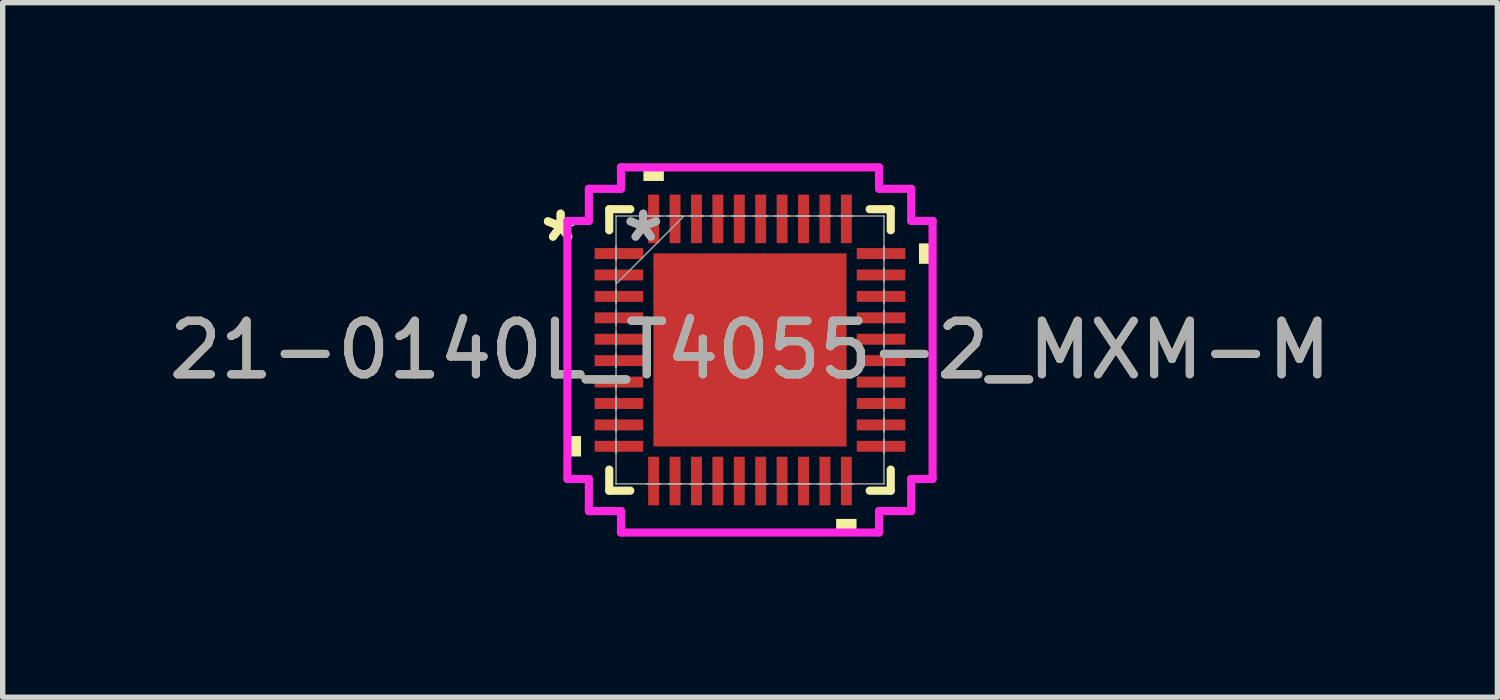
<source format=kicad_pcb>
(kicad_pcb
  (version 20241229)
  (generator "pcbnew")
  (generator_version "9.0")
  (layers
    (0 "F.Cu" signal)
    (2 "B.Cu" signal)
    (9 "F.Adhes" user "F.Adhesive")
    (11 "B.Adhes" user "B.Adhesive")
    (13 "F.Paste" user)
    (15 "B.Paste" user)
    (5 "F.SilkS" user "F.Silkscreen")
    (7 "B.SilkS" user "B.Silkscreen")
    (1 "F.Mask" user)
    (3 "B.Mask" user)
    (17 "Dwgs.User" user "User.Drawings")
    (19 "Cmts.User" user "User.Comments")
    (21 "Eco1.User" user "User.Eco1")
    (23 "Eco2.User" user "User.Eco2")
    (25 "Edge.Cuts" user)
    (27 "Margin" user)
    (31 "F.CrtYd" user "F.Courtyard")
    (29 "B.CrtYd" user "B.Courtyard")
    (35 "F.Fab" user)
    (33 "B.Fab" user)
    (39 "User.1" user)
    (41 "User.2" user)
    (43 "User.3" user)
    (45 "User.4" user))
  (footprint "21-0140L_T4055-2_MXM-M"
    (layer "F.Cu")
    (at 10.958 3.486)
    (property "Reference" "21-0140L_T4055-2_MXM-M" (at 0 0 0) (unlocked yes) (layer "F.SilkS") (effects (font (size 1 1) (thickness 0.15))))
    (attr smd)
    (fp_line (start -2.629 -2.629) (end -2.629 -2.235) (stroke (width 0.152) (type solid)) (layer "F.SilkS"))
    (fp_line (start -2.629 2.235) (end -2.629 2.629) (stroke (width 0.152) (type solid)) (layer "F.SilkS"))
    (fp_line (start -2.629 2.629) (end -2.235 2.629) (stroke (width 0.152) (type solid)) (layer "F.SilkS"))
    (fp_line (start -2.235 -2.629) (end -2.629 -2.629) (stroke (width 0.152) (type solid)) (layer "F.SilkS"))
    (fp_line (start 2.235 2.629) (end 2.629 2.629) (stroke (width 0.152) (type solid)) (layer "F.SilkS"))
    (fp_line (start 2.629 -2.629) (end 2.235 -2.629) (stroke (width 0.152) (type solid)) (layer "F.SilkS"))
    (fp_line (start 2.629 -2.235) (end 2.629 -2.629) (stroke (width 0.152) (type solid)) (layer "F.SilkS"))
    (fp_line (start 2.629 2.629) (end 2.629 2.235) (stroke (width 0.152) (type solid)) (layer "F.SilkS"))
    (fp_poly (pts (xy -3.41 1.609) (xy -3.41 1.99) (xy -3.156 1.99) (xy -3.156 1.609)) (stroke (width 0) (type solid)) (fill yes) (layer "F.SilkS"))
    (fp_poly (pts (xy -1.99 -3.156) (xy -1.99 -3.41) (xy -1.609 -3.41) (xy -1.609 -3.156)) (stroke (width 0) (type solid)) (fill yes) (layer "F.SilkS"))
    (fp_poly (pts (xy 1.609 3.156) (xy 1.609 3.41) (xy 1.99 3.41) (xy 1.99 3.156)) (stroke (width 0) (type solid)) (fill yes) (layer "F.SilkS"))
    (fp_poly (pts (xy 3.41 -1.99) (xy 3.41 -1.609) (xy 3.156 -1.609) (xy 3.156 -1.99)) (stroke (width 0) (type solid)) (fill yes) (layer "F.SilkS"))
    (fp_poly (pts (xy -1.703 -1.703) (xy -1.703 -0.1) (xy -0.1 -0.1) (xy -0.1 -1.703)) (stroke (width 0) (type solid)) (fill yes) (layer "F.Paste"))
    (fp_poly (pts (xy -1.703 0.1) (xy -1.703 1.703) (xy -0.1 1.703) (xy -0.1 0.1)) (stroke (width 0) (type solid)) (fill yes) (layer "F.Paste"))
    (fp_poly (pts (xy 0.1 -1.703) (xy 0.1 -0.1) (xy 1.703 -0.1) (xy 1.703 -1.703)) (stroke (width 0) (type solid)) (fill yes) (layer "F.Paste"))
    (fp_poly (pts (xy 0.1 0.1) (xy 0.1 1.703) (xy 1.703 1.703) (xy 1.703 0.1)) (stroke (width 0) (type solid)) (fill yes) (layer "F.Paste"))
    (fp_line (start -3.41 -2.41) (end -3.01 -2.41) (stroke (width 0.152) (type solid)) (layer "F.CrtYd"))
    (fp_line (start -3.41 2.41) (end -3.41 -2.41) (stroke (width 0.152) (type solid)) (layer "F.CrtYd"))
    (fp_line (start -3.01 -3.01) (end -2.41 -3.01) (stroke (width 0.152) (type solid)) (layer "F.CrtYd"))
    (fp_line (start -3.01 -2.41) (end -3.01 -3.01) (stroke (width 0.152) (type solid)) (layer "F.CrtYd"))
    (fp_line (start -3.01 2.41) (end -3.41 2.41) (stroke (width 0.152) (type solid)) (layer "F.CrtYd"))
    (fp_line (start -3.01 3.01) (end -3.01 2.41) (stroke (width 0.152) (type solid)) (layer "F.CrtYd"))
    (fp_line (start -2.41 -3.41) (end 2.41 -3.41) (stroke (width 0.152) (type solid)) (layer "F.CrtYd"))
    (fp_line (start -2.41 -3.01) (end -2.41 -3.41) (stroke (width 0.152) (type solid)) (layer "F.CrtYd"))
    (fp_line (start -2.41 3.01) (end -3.01 3.01) (stroke (width 0.152) (type solid)) (layer "F.CrtYd"))
    (fp_line (start -2.41 3.41) (end -2.41 3.01) (stroke (width 0.152) (type solid)) (layer "F.CrtYd"))
    (fp_line (start 2.41 -3.41) (end 2.41 -3.01) (stroke (width 0.152) (type solid)) (layer "F.CrtYd"))
    (fp_line (start 2.41 -3.01) (end 3.01 -3.01) (stroke (width 0.152) (type solid)) (layer "F.CrtYd"))
    (fp_line (start 2.41 3.01) (end 2.41 3.41) (stroke (width 0.152) (type solid)) (layer "F.CrtYd"))
    (fp_line (start 2.41 3.41) (end -2.41 3.41) (stroke (width 0.152) (type solid)) (layer "F.CrtYd"))
    (fp_line (start 3.01 -3.01) (end 3.01 -2.41) (stroke (width 0.152) (type solid)) (layer "F.CrtYd"))
    (fp_line (start 3.01 -2.41) (end 3.41 -2.41) (stroke (width 0.152) (type solid)) (layer "F.CrtYd"))
    (fp_line (start 3.01 2.41) (end 3.01 3.01) (stroke (width 0.152) (type solid)) (layer "F.CrtYd"))
    (fp_line (start 3.01 3.01) (end 2.41 3.01) (stroke (width 0.152) (type solid)) (layer "F.CrtYd"))
    (fp_line (start 3.41 -2.41) (end 3.41 2.41) (stroke (width 0.152) (type solid)) (layer "F.CrtYd"))
    (fp_line (start 3.41 2.41) (end 3.01 2.41) (stroke (width 0.152) (type solid)) (layer "F.CrtYd"))
    (fp_line (start -2.502 -2.502) (end -2.502 -2.502) (stroke (width 0.025) (type solid)) (layer "F.Fab"))
    (fp_line (start -2.502 -2.502) (end -2.502 2.502) (stroke (width 0.025) (type solid)) (layer "F.Fab"))
    (fp_line (start -2.502 -1.927) (end -2.502 -1.927) (stroke (width 0.025) (type solid)) (layer "F.Fab"))
    (fp_line (start -2.502 -1.927) (end -2.502 -1.673) (stroke (width 0.025) (type solid)) (layer "F.Fab"))
    (fp_line (start -2.502 -1.673) (end -2.502 -1.927) (stroke (width 0.025) (type solid)) (layer "F.Fab"))
    (fp_line (start -2.502 -1.673) (end -2.502 -1.673) (stroke (width 0.025) (type solid)) (layer "F.Fab"))
    (fp_line (start -2.502 -1.527) (end -2.502 -1.527) (stroke (width 0.025) (type solid)) (layer "F.Fab"))
    (fp_line (start -2.502 -1.527) (end -2.502 -1.273) (stroke (width 0.025) (type solid)) (layer "F.Fab"))
    (fp_line (start -2.502 -1.273) (end -2.502 -1.527) (stroke (width 0.025) (type solid)) (layer "F.Fab"))
    (fp_line (start -2.502 -1.273) (end -2.502 -1.273) (stroke (width 0.025) (type solid)) (layer "F.Fab"))
    (fp_line (start -2.502 -1.232) (end -1.232 -2.502) (stroke (width 0.025) (type solid)) (layer "F.Fab"))
    (fp_line (start -2.502 -1.127) (end -2.502 -1.127) (stroke (width 0.025) (type solid)) (layer "F.Fab"))
    (fp_line (start -2.502 -1.127) (end -2.502 -0.873) (stroke (width 0.025) (type solid)) (layer "F.Fab"))
    (fp_line (start -2.502 -0.873) (end -2.502 -1.127) (stroke (width 0.025) (type solid)) (layer "F.Fab"))
    (fp_line (start -2.502 -0.873) (end -2.502 -0.873) (stroke (width 0.025) (type solid)) (layer "F.Fab"))
    (fp_line (start -2.502 -0.727) (end -2.502 -0.727) (stroke (width 0.025) (type solid)) (layer "F.Fab"))
    (fp_line (start -2.502 -0.727) (end -2.502 -0.473) (stroke (width 0.025) (type solid)) (layer "F.Fab"))
    (fp_line (start -2.502 -0.473) (end -2.502 -0.727) (stroke (width 0.025) (type solid)) (layer "F.Fab"))
    (fp_line (start -2.502 -0.473) (end -2.502 -0.473) (stroke (width 0.025) (type solid)) (layer "F.Fab"))
    (fp_line (start -2.502 -0.327) (end -2.502 -0.327) (stroke (width 0.025) (type solid)) (layer "F.Fab"))
    (fp_line (start -2.502 -0.327) (end -2.502 -0.073) (stroke (width 0.025) (type solid)) (layer "F.Fab"))
    (fp_line (start -2.502 -0.073) (end -2.502 -0.327) (stroke (width 0.025) (type solid)) (layer "F.Fab"))
    (fp_line (start -2.502 -0.073) (end -2.502 -0.073) (stroke (width 0.025) (type solid)) (layer "F.Fab"))
    (fp_line (start -2.502 0.073) (end -2.502 0.073) (stroke (width 0.025) (type solid)) (layer "F.Fab"))
    (fp_line (start -2.502 0.073) (end -2.502 0.327) (stroke (width 0.025) (type solid)) (layer "F.Fab"))
    (fp_line (start -2.502 0.327) (end -2.502 0.073) (stroke (width 0.025) (type solid)) (layer "F.Fab"))
    (fp_line (start -2.502 0.327) (end -2.502 0.327) (stroke (width 0.025) (type solid)) (layer "F.Fab"))
    (fp_line (start -2.502 0.473) (end -2.502 0.473) (stroke (width 0.025) (type solid)) (layer "F.Fab"))
    (fp_line (start -2.502 0.473) (end -2.502 0.727) (stroke (width 0.025) (type solid)) (layer "F.Fab"))
    (fp_line (start -2.502 0.727) (end -2.502 0.473) (stroke (width 0.025) (type solid)) (layer "F.Fab"))
    (fp_line (start -2.502 0.727) (end -2.502 0.727) (stroke (width 0.025) (type solid)) (layer "F.Fab"))
    (fp_line (start -2.502 0.873) (end -2.502 0.873) (stroke (width 0.025) (type solid)) (layer "F.Fab"))
    (fp_line (start -2.502 0.873) (end -2.502 1.127) (stroke (width 0.025) (type solid)) (layer "F.Fab"))
    (fp_line (start -2.502 1.127) (end -2.502 0.873) (stroke (width 0.025) (type solid)) (layer "F.Fab"))
    (fp_line (start -2.502 1.127) (end -2.502 1.127) (stroke (width 0.025) (type solid)) (layer "F.Fab"))
    (fp_line (start -2.502 1.273) (end -2.502 1.273) (stroke (width 0.025) (type solid)) (layer "F.Fab"))
    (fp_line (start -2.502 1.273) (end -2.502 1.527) (stroke (width 0.025) (type solid)) (layer "F.Fab"))
    (fp_line (start -2.502 1.527) (end -2.502 1.273) (stroke (width 0.025) (type solid)) (layer "F.Fab"))
    (fp_line (start -2.502 1.527) (end -2.502 1.527) (stroke (width 0.025) (type solid)) (layer "F.Fab"))
    (fp_line (start -2.502 1.673) (end -2.502 1.673) (stroke (width 0.025) (type solid)) (layer "F.Fab"))
    (fp_line (start -2.502 1.673) (end -2.502 1.927) (stroke (width 0.025) (type solid)) (layer "F.Fab"))
    (fp_line (start -2.502 1.927) (end -2.502 1.673) (stroke (width 0.025) (type solid)) (layer "F.Fab"))
    (fp_line (start -2.502 1.927) (end -2.502 1.927) (stroke (width 0.025) (type solid)) (layer "F.Fab"))
    (fp_line (start -2.502 2.502) (end -2.502 2.502) (stroke (width 0.025) (type solid)) (layer "F.Fab"))
    (fp_line (start -2.502 2.502) (end 2.502 2.502) (stroke (width 0.025) (type solid)) (layer "F.Fab"))
    (fp_line (start -1.927 -2.502) (end -1.927 -2.502) (stroke (width 0.025) (type solid)) (layer "F.Fab"))
    (fp_line (start -1.927 -2.502) (end -1.673 -2.502) (stroke (width 0.025) (type solid)) (layer "F.Fab"))
    (fp_line (start -1.927 2.502) (end -1.927 2.502) (stroke (width 0.025) (type solid)) (layer "F.Fab"))
    (fp_line (start -1.927 2.502) (end -1.673 2.502) (stroke (width 0.025) (type solid)) (layer "F.Fab"))
    (fp_line (start -1.673 -2.502) (end -1.927 -2.502) (stroke (width 0.025) (type solid)) (layer "F.Fab"))
    (fp_line (start -1.673 -2.502) (end -1.673 -2.502) (stroke (width 0.025) (type solid)) (layer "F.Fab"))
    (fp_line (start -1.673 2.502) (end -1.927 2.502) (stroke (width 0.025) (type solid)) (layer "F.Fab"))
    (fp_line (start -1.673 2.502) (end -1.673 2.502) (stroke (width 0.025) (type solid)) (layer "F.Fab"))
    (fp_line (start -1.527 -2.502) (end -1.527 -2.502) (stroke (width 0.025) (type solid)) (layer "F.Fab"))
    (fp_line (start -1.527 -2.502) (end -1.273 -2.502) (stroke (width 0.025) (type solid)) (layer "F.Fab"))
    (fp_line (start -1.527 2.502) (end -1.527 2.502) (stroke (width 0.025) (type solid)) (layer "F.Fab"))
    (fp_line (start -1.527 2.502) (end -1.273 2.502) (stroke (width 0.025) (type solid)) (layer "F.Fab"))
    (fp_line (start -1.273 -2.502) (end -1.527 -2.502) (stroke (width 0.025) (type solid)) (layer "F.Fab"))
    (fp_line (start -1.273 -2.502) (end -1.273 -2.502) (stroke (width 0.025) (type solid)) (layer "F.Fab"))
    (fp_line (start -1.273 2.502) (end -1.527 2.502) (stroke (width 0.025) (type solid)) (layer "F.Fab"))
    (fp_line (start -1.273 2.502) (end -1.273 2.502) (stroke (width 0.025) (type solid)) (layer "F.Fab"))
    (fp_line (start -1.127 -2.502) (end -1.127 -2.502) (stroke (width 0.025) (type solid)) (layer "F.Fab"))
    (fp_line (start -1.127 -2.502) (end -0.873 -2.502) (stroke (width 0.025) (type solid)) (layer "F.Fab"))
    (fp_line (start -1.127 2.502) (end -1.127 2.502) (stroke (width 0.025) (type solid)) (layer "F.Fab"))
    (fp_line (start -1.127 2.502) (end -0.873 2.502) (stroke (width 0.025) (type solid)) (layer "F.Fab"))
    (fp_line (start -0.873 -2.502) (end -1.127 -2.502) (stroke (width 0.025) (type solid)) (layer "F.Fab"))
    (fp_line (start -0.873 -2.502) (end -0.873 -2.502) (stroke (width 0.025) (type solid)) (layer "F.Fab"))
    (fp_line (start -0.873 2.502) (end -1.127 2.502) (stroke (width 0.025) (type solid)) (layer "F.Fab"))
    (fp_line (start -0.873 2.502) (end -0.873 2.502) (stroke (width 0.025) (type solid)) (layer "F.Fab"))
    (fp_line (start -0.727 -2.502) (end -0.727 -2.502) (stroke (width 0.025) (type solid)) (layer "F.Fab"))
    (fp_line (start -0.727 -2.502) (end -0.473 -2.502) (stroke (width 0.025) (type solid)) (layer "F.Fab"))
    (fp_line (start -0.727 2.502) (end -0.727 2.502) (stroke (width 0.025) (type solid)) (layer "F.Fab"))
    (fp_line (start -0.727 2.502) (end -0.473 2.502) (stroke (width 0.025) (type solid)) (layer "F.Fab"))
    (fp_line (start -0.473 -2.502) (end -0.727 -2.502) (stroke (width 0.025) (type solid)) (layer "F.Fab"))
    (fp_line (start -0.473 -2.502) (end -0.473 -2.502) (stroke (width 0.025) (type solid)) (layer "F.Fab"))
    (fp_line (start -0.473 2.502) (end -0.727 2.502) (stroke (width 0.025) (type solid)) (layer "F.Fab"))
    (fp_line (start -0.473 2.502) (end -0.473 2.502) (stroke (width 0.025) (type solid)) (layer "F.Fab"))
    (fp_line (start -0.327 -2.502) (end -0.327 -2.502) (stroke (width 0.025) (type solid)) (layer "F.Fab"))
    (fp_line (start -0.327 -2.502) (end -0.073 -2.502) (stroke (width 0.025) (type solid)) (layer "F.Fab"))
    (fp_line (start -0.327 2.502) (end -0.327 2.502) (stroke (width 0.025) (type solid)) (layer "F.Fab"))
    (fp_line (start -0.327 2.502) (end -0.073 2.502) (stroke (width 0.025) (type solid)) (layer "F.Fab"))
    (fp_line (start -0.073 -2.502) (end -0.327 -2.502) (stroke (width 0.025) (type solid)) (layer "F.Fab"))
    (fp_line (start -0.073 -2.502) (end -0.073 -2.502) (stroke (width 0.025) (type solid)) (layer "F.Fab"))
    (fp_line (start -0.073 2.502) (end -0.327 2.502) (stroke (width 0.025) (type solid)) (layer "F.Fab"))
    (fp_line (start -0.073 2.502) (end -0.073 2.502) (stroke (width 0.025) (type solid)) (layer "F.Fab"))
    (fp_line (start 0.073 -2.502) (end 0.073 -2.502) (stroke (width 0.025) (type solid)) (layer "F.Fab"))
    (fp_line (start 0.073 -2.502) (end 0.327 -2.502) (stroke (width 0.025) (type solid)) (layer "F.Fab"))
    (fp_line (start 0.073 2.502) (end 0.073 2.502) (stroke (width 0.025) (type solid)) (layer "F.Fab"))
    (fp_line (start 0.073 2.502) (end 0.327 2.502) (stroke (width 0.025) (type solid)) (layer "F.Fab"))
    (fp_line (start 0.327 -2.502) (end 0.073 -2.502) (stroke (width 0.025) (type solid)) (layer "F.Fab"))
    (fp_line (start 0.327 -2.502) (end 0.327 -2.502) (stroke (width 0.025) (type solid)) (layer "F.Fab"))
    (fp_line (start 0.327 2.502) (end 0.073 2.502) (stroke (width 0.025) (type solid)) (layer "F.Fab"))
    (fp_line (start 0.327 2.502) (end 0.327 2.502) (stroke (width 0.025) (type solid)) (layer "F.Fab"))
    (fp_line (start 0.473 -2.502) (end 0.473 -2.502) (stroke (width 0.025) (type solid)) (layer "F.Fab"))
    (fp_line (start 0.473 -2.502) (end 0.727 -2.502) (stroke (width 0.025) (type solid)) (layer "F.Fab"))
    (fp_line (start 0.473 2.502) (end 0.473 2.502) (stroke (width 0.025) (type solid)) (layer "F.Fab"))
    (fp_line (start 0.473 2.502) (end 0.727 2.502) (stroke (width 0.025) (type solid)) (layer "F.Fab"))
    (fp_line (start 0.727 -2.502) (end 0.473 -2.502) (stroke (width 0.025) (type solid)) (layer "F.Fab"))
    (fp_line (start 0.727 -2.502) (end 0.727 -2.502) (stroke (width 0.025) (type solid)) (layer "F.Fab"))
    (fp_line (start 0.727 2.502) (end 0.473 2.502) (stroke (width 0.025) (type solid)) (layer "F.Fab"))
    (fp_line (start 0.727 2.502) (end 0.727 2.502) (stroke (width 0.025) (type solid)) (layer "F.Fab"))
    (fp_line (start 0.873 -2.502) (end 0.873 -2.502) (stroke (width 0.025) (type solid)) (layer "F.Fab"))
    (fp_line (start 0.873 -2.502) (end 1.127 -2.502) (stroke (width 0.025) (type solid)) (layer "F.Fab"))
    (fp_line (start 0.873 2.502) (end 0.873 2.502) (stroke (width 0.025) (type solid)) (layer "F.Fab"))
    (fp_line (start 0.873 2.502) (end 1.127 2.502) (stroke (width 0.025) (type solid)) (layer "F.Fab"))
    (fp_line (start 1.127 -2.502) (end 0.873 -2.502) (stroke (width 0.025) (type solid)) (layer "F.Fab"))
    (fp_line (start 1.127 -2.502) (end 1.127 -2.502) (stroke (width 0.025) (type solid)) (layer "F.Fab"))
    (fp_line (start 1.127 2.502) (end 0.873 2.502) (stroke (width 0.025) (type solid)) (layer "F.Fab"))
    (fp_line (start 1.127 2.502) (end 1.127 2.502) (stroke (width 0.025) (type solid)) (layer "F.Fab"))
    (fp_line (start 1.273 -2.502) (end 1.273 -2.502) (stroke (width 0.025) (type solid)) (layer "F.Fab"))
    (fp_line (start 1.273 -2.502) (end 1.527 -2.502) (stroke (width 0.025) (type solid)) (layer "F.Fab"))
    (fp_line (start 1.273 2.502) (end 1.273 2.502) (stroke (width 0.025) (type solid)) (layer "F.Fab"))
    (fp_line (start 1.273 2.502) (end 1.527 2.502) (stroke (width 0.025) (type solid)) (layer "F.Fab"))
    (fp_line (start 1.527 -2.502) (end 1.273 -2.502) (stroke (width 0.025) (type solid)) (layer "F.Fab"))
    (fp_line (start 1.527 -2.502) (end 1.527 -2.502) (stroke (width 0.025) (type solid)) (layer "F.Fab"))
    (fp_line (start 1.527 2.502) (end 1.273 2.502) (stroke (width 0.025) (type solid)) (layer "F.Fab"))
    (fp_line (start 1.527 2.502) (end 1.527 2.502) (stroke (width 0.025) (type solid)) (layer "F.Fab"))
    (fp_line (start 1.673 -2.502) (end 1.673 -2.502) (stroke (width 0.025) (type solid)) (layer "F.Fab"))
    (fp_line (start 1.673 -2.502) (end 1.927 -2.502) (stroke (width 0.025) (type solid)) (layer "F.Fab"))
    (fp_line (start 1.673 2.502) (end 1.673 2.502) (stroke (width 0.025) (type solid)) (layer "F.Fab"))
    (fp_line (start 1.673 2.502) (end 1.927 2.502) (stroke (width 0.025) (type solid)) (layer "F.Fab"))
    (fp_line (start 1.927 -2.502) (end 1.673 -2.502) (stroke (width 0.025) (type solid)) (layer "F.Fab"))
    (fp_line (start 1.927 -2.502) (end 1.927 -2.502) (stroke (width 0.025) (type solid)) (layer "F.Fab"))
    (fp_line (start 1.927 2.502) (end 1.673 2.502) (stroke (width 0.025) (type solid)) (layer "F.Fab"))
    (fp_line (start 1.927 2.502) (end 1.927 2.502) (stroke (width 0.025) (type solid)) (layer "F.Fab"))
    (fp_line (start 2.502 -2.502) (end -2.502 -2.502) (stroke (width 0.025) (type solid)) (layer "F.Fab"))
    (fp_line (start 2.502 -2.502) (end 2.502 -2.502) (stroke (width 0.025) (type solid)) (layer "F.Fab"))
    (fp_line (start 2.502 -1.927) (end 2.502 -1.927) (stroke (width 0.025) (type solid)) (layer "F.Fab"))
    (fp_line (start 2.502 -1.927) (end 2.502 -1.673) (stroke (width 0.025) (type solid)) (layer "F.Fab"))
    (fp_line (start 2.502 -1.673) (end 2.502 -1.927) (stroke (width 0.025) (type solid)) (layer "F.Fab"))
    (fp_line (start 2.502 -1.673) (end 2.502 -1.673) (stroke (width 0.025) (type solid)) (layer "F.Fab"))
    (fp_line (start 2.502 -1.527) (end 2.502 -1.527) (stroke (width 0.025) (type solid)) (layer "F.Fab"))
    (fp_line (start 2.502 -1.527) (end 2.502 -1.273) (stroke (width 0.025) (type solid)) (layer "F.Fab"))
    (fp_line (start 2.502 -1.273) (end 2.502 -1.527) (stroke (width 0.025) (type solid)) (layer "F.Fab"))
    (fp_line (start 2.502 -1.273) (end 2.502 -1.273) (stroke (width 0.025) (type solid)) (layer "F.Fab"))
    (fp_line (start 2.502 -1.127) (end 2.502 -1.127) (stroke (width 0.025) (type solid)) (layer "F.Fab"))
    (fp_line (start 2.502 -1.127) (end 2.502 -0.873) (stroke (width 0.025) (type solid)) (layer "F.Fab"))
    (fp_line (start 2.502 -0.873) (end 2.502 -1.127) (stroke (width 0.025) (type solid)) (layer "F.Fab"))
    (fp_line (start 2.502 -0.873) (end 2.502 -0.873) (stroke (width 0.025) (type solid)) (layer "F.Fab"))
    (fp_line (start 2.502 -0.727) (end 2.502 -0.727) (stroke (width 0.025) (type solid)) (layer "F.Fab"))
    (fp_line (start 2.502 -0.727) (end 2.502 -0.473) (stroke (width 0.025) (type solid)) (layer "F.Fab"))
    (fp_line (start 2.502 -0.473) (end 2.502 -0.727) (stroke (width 0.025) (type solid)) (layer "F.Fab"))
    (fp_line (start 2.502 -0.473) (end 2.502 -0.473) (stroke (width 0.025) (type solid)) (layer "F.Fab"))
    (fp_line (start 2.502 -0.327) (end 2.502 -0.327) (stroke (width 0.025) (type solid)) (layer "F.Fab"))
    (fp_line (start 2.502 -0.327) (end 2.502 -0.073) (stroke (width 0.025) (type solid)) (layer "F.Fab"))
    (fp_line (start 2.502 -0.073) (end 2.502 -0.327) (stroke (width 0.025) (type solid)) (layer "F.Fab"))
    (fp_line (start 2.502 -0.073) (end 2.502 -0.073) (stroke (width 0.025) (type solid)) (layer "F.Fab"))
    (fp_line (start 2.502 0.073) (end 2.502 0.073) (stroke (width 0.025) (type solid)) (layer "F.Fab"))
    (fp_line (start 2.502 0.073) (end 2.502 0.327) (stroke (width 0.025) (type solid)) (layer "F.Fab"))
    (fp_line (start 2.502 0.327) (end 2.502 0.073) (stroke (width 0.025) (type solid)) (layer "F.Fab"))
    (fp_line (start 2.502 0.327) (end 2.502 0.327) (stroke (width 0.025) (type solid)) (layer "F.Fab"))
    (fp_line (start 2.502 0.473) (end 2.502 0.473) (stroke (width 0.025) (type solid)) (layer "F.Fab"))
    (fp_line (start 2.502 0.473) (end 2.502 0.727) (stroke (width 0.025) (type solid)) (layer "F.Fab"))
    (fp_line (start 2.502 0.727) (end 2.502 0.473) (stroke (width 0.025) (type solid)) (layer "F.Fab"))
    (fp_line (start 2.502 0.727) (end 2.502 0.727) (stroke (width 0.025) (type solid)) (layer "F.Fab"))
    (fp_line (start 2.502 0.873) (end 2.502 0.873) (stroke (width 0.025) (type solid)) (layer "F.Fab"))
    (fp_line (start 2.502 0.873) (end 2.502 1.127) (stroke (width 0.025) (type solid)) (layer "F.Fab"))
    (fp_line (start 2.502 1.127) (end 2.502 0.873) (stroke (width 0.025) (type solid)) (layer "F.Fab"))
    (fp_line (start 2.502 1.127) (end 2.502 1.127) (stroke (width 0.025) (type solid)) (layer "F.Fab"))
    (fp_line (start 2.502 1.273) (end 2.502 1.273) (stroke (width 0.025) (type solid)) (layer "F.Fab"))
    (fp_line (start 2.502 1.273) (end 2.502 1.527) (stroke (width 0.025) (type solid)) (layer "F.Fab"))
    (fp_line (start 2.502 1.527) (end 2.502 1.273) (stroke (width 0.025) (type solid)) (layer "F.Fab"))
    (fp_line (start 2.502 1.527) (end 2.502 1.527) (stroke (width 0.025) (type solid)) (layer "F.Fab"))
    (fp_line (start 2.502 1.673) (end 2.502 1.673) (stroke (width 0.025) (type solid)) (layer "F.Fab"))
    (fp_line (start 2.502 1.673) (end 2.502 1.927) (stroke (width 0.025) (type solid)) (layer "F.Fab"))
    (fp_line (start 2.502 1.927) (end 2.502 1.673) (stroke (width 0.025) (type solid)) (layer "F.Fab"))
    (fp_line (start 2.502 1.927) (end 2.502 1.927) (stroke (width 0.025) (type solid)) (layer "F.Fab"))
    (fp_line (start 2.502 2.502) (end 2.502 -2.502) (stroke (width 0.025) (type solid)) (layer "F.Fab"))
    (fp_line (start 2.502 2.502) (end 2.502 2.502) (stroke (width 0.025) (type solid)) (layer "F.Fab"))
    (fp_text user "*" (at -3.537 -2 0) (unlocked yes) (layer "F.SilkS") (effects (font (size 1 1) (thickness 0.15))))
    (fp_text user "*" (at -3.537 -2 0) (layer "F.SilkS") (effects (font (size 1 1) (thickness 0.15))))
    (fp_text user "${REFERENCE}" (at 0 0 0) (unlocked yes) (layer "F.Fab") (effects (font (size 1 1) (thickness 0.15))))
    (fp_text user "*" (at -1.994 -2 0) (unlocked yes) (layer "F.Fab") (effects (font (size 1 1) (thickness 0.15))))
    (fp_text user "*" (at -1.994 -2 0) (layer "F.Fab") (effects (font (size 1 1) (thickness 0.15))))
    (pad "1" smd rect (at -2.448 -1.8 90) (size 0.204 0.908) (layers "F.Cu" "F.Mask" "F.Paste"))
    (pad "2" smd rect (at -2.448 -1.4 90) (size 0.204 0.908) (layers "F.Cu" "F.Mask" "F.Paste"))
    (pad "3" smd rect (at -2.448 -1 90) (size 0.204 0.908) (layers "F.Cu" "F.Mask" "F.Paste"))
    (pad "4" smd rect (at -2.448 -0.6 90) (size 0.204 0.908) (layers "F.Cu" "F.Mask" "F.Paste"))
    (pad "5" smd rect (at -2.448 -0.2 90) (size 0.204 0.908) (layers "F.Cu" "F.Mask" "F.Paste"))
    (pad "6" smd rect (at -2.448 0.2 90) (size 0.204 0.908) (layers "F.Cu" "F.Mask" "F.Paste"))
    (pad "7" smd rect (at -2.448 0.6 90) (size 0.204 0.908) (layers "F.Cu" "F.Mask" "F.Paste"))
    (pad "8" smd rect (at -2.448 1 90) (size 0.204 0.908) (layers "F.Cu" "F.Mask" "F.Paste"))
    (pad "9" smd rect (at -2.448 1.4 90) (size 0.204 0.908) (layers "F.Cu" "F.Mask" "F.Paste"))
    (pad "10" smd rect (at -2.448 1.8 90) (size 0.204 0.908) (layers "F.Cu" "F.Mask" "F.Paste"))
    (pad "11" smd rect (at -1.8 2.448) (size 0.204 0.908) (layers "F.Cu" "F.Mask" "F.Paste"))
    (pad "12" smd rect (at -1.4 2.448) (size 0.204 0.908) (layers "F.Cu" "F.Mask" "F.Paste"))
    (pad "13" smd rect (at -1 2.448) (size 0.204 0.908) (layers "F.Cu" "F.Mask" "F.Paste"))
    (pad "14" smd rect (at -0.6 2.448) (size 0.204 0.908) (layers "F.Cu" "F.Mask" "F.Paste"))
    (pad "15" smd rect (at -0.2 2.448) (size 0.204 0.908) (layers "F.Cu" "F.Mask" "F.Paste"))
    (pad "16" smd rect (at 0.2 2.448) (size 0.204 0.908) (layers "F.Cu" "F.Mask" "F.Paste"))
    (pad "17" smd rect (at 0.6 2.448) (size 0.204 0.908) (layers "F.Cu" "F.Mask" "F.Paste"))
    (pad "18" smd rect (at 1 2.448) (size 0.204 0.908) (layers "F.Cu" "F.Mask" "F.Paste"))
    (pad "19" smd rect (at 1.4 2.448) (size 0.204 0.908) (layers "F.Cu" "F.Mask" "F.Paste"))
    (pad "20" smd rect (at 1.8 2.448) (size 0.204 0.908) (layers "F.Cu" "F.Mask" "F.Paste"))
    (pad "21" smd rect (at 2.448 1.8 90) (size 0.204 0.908) (layers "F.Cu" "F.Mask" "F.Paste"))
    (pad "22" smd rect (at 2.448 1.4 90) (size 0.204 0.908) (layers "F.Cu" "F.Mask" "F.Paste"))
    (pad "23" smd rect (at 2.448 1 90) (size 0.204 0.908) (layers "F.Cu" "F.Mask" "F.Paste"))
    (pad "24" smd rect (at 2.448 0.6 90) (size 0.204 0.908) (layers "F.Cu" "F.Mask" "F.Paste"))
    (pad "25" smd rect (at 2.448 0.2 90) (size 0.204 0.908) (layers "F.Cu" "F.Mask" "F.Paste"))
    (pad "26" smd rect (at 2.448 -0.2 90) (size 0.204 0.908) (layers "F.Cu" "F.Mask" "F.Paste"))
    (pad "27" smd rect (at 2.448 -0.6 90) (size 0.204 0.908) (layers "F.Cu" "F.Mask" "F.Paste"))
    (pad "28" smd rect (at 2.448 -1 90) (size 0.204 0.908) (layers "F.Cu" "F.Mask" "F.Paste"))
    (pad "29" smd rect (at 2.448 -1.4 90) (size 0.204 0.908) (layers "F.Cu" "F.Mask" "F.Paste"))
    (pad "30" smd rect (at 2.448 -1.8 90) (size 0.204 0.908) (layers "F.Cu" "F.Mask" "F.Paste"))
    (pad "31" smd rect (at 1.8 -2.448) (size 0.204 0.908) (layers "F.Cu" "F.Mask" "F.Paste"))
    (pad "32" smd rect (at 1.4 -2.448) (size 0.204 0.908) (layers "F.Cu" "F.Mask" "F.Paste"))
    (pad "33" smd rect (at 1 -2.448) (size 0.204 0.908) (layers "F.Cu" "F.Mask" "F.Paste"))
    (pad "34" smd rect (at 0.6 -2.448) (size 0.204 0.908) (layers "F.Cu" "F.Mask" "F.Paste"))
    (pad "35" smd rect (at 0.2 -2.448) (size 0.204 0.908) (layers "F.Cu" "F.Mask" "F.Paste"))
    (pad "36" smd rect (at -0.2 -2.448) (size 0.204 0.908) (layers "F.Cu" "F.Mask" "F.Paste"))
    (pad "37" smd rect (at -0.6 -2.448) (size 0.204 0.908) (layers "F.Cu" "F.Mask" "F.Paste"))
    (pad "38" smd rect (at -1 -2.448) (size 0.204 0.908) (layers "F.Cu" "F.Mask" "F.Paste"))
    (pad "39" smd rect (at -1.4 -2.448) (size 0.204 0.908) (layers "F.Cu" "F.Mask" "F.Paste"))
    (pad "40" smd rect (at -1.8 -2.448) (size 0.204 0.908) (layers "F.Cu" "F.Mask" "F.Paste"))
    (pad "41" smd rect (at 0 0) (size 3.607 3.607) (layers "F.Cu" "F.Mask")))
  (gr_rect
    (start -3 -3)
    (end 24.917 9.972)
    (stroke (width 0.1) (type default))
    (fill no)
    (layer "Edge.Cuts")))
</source>
